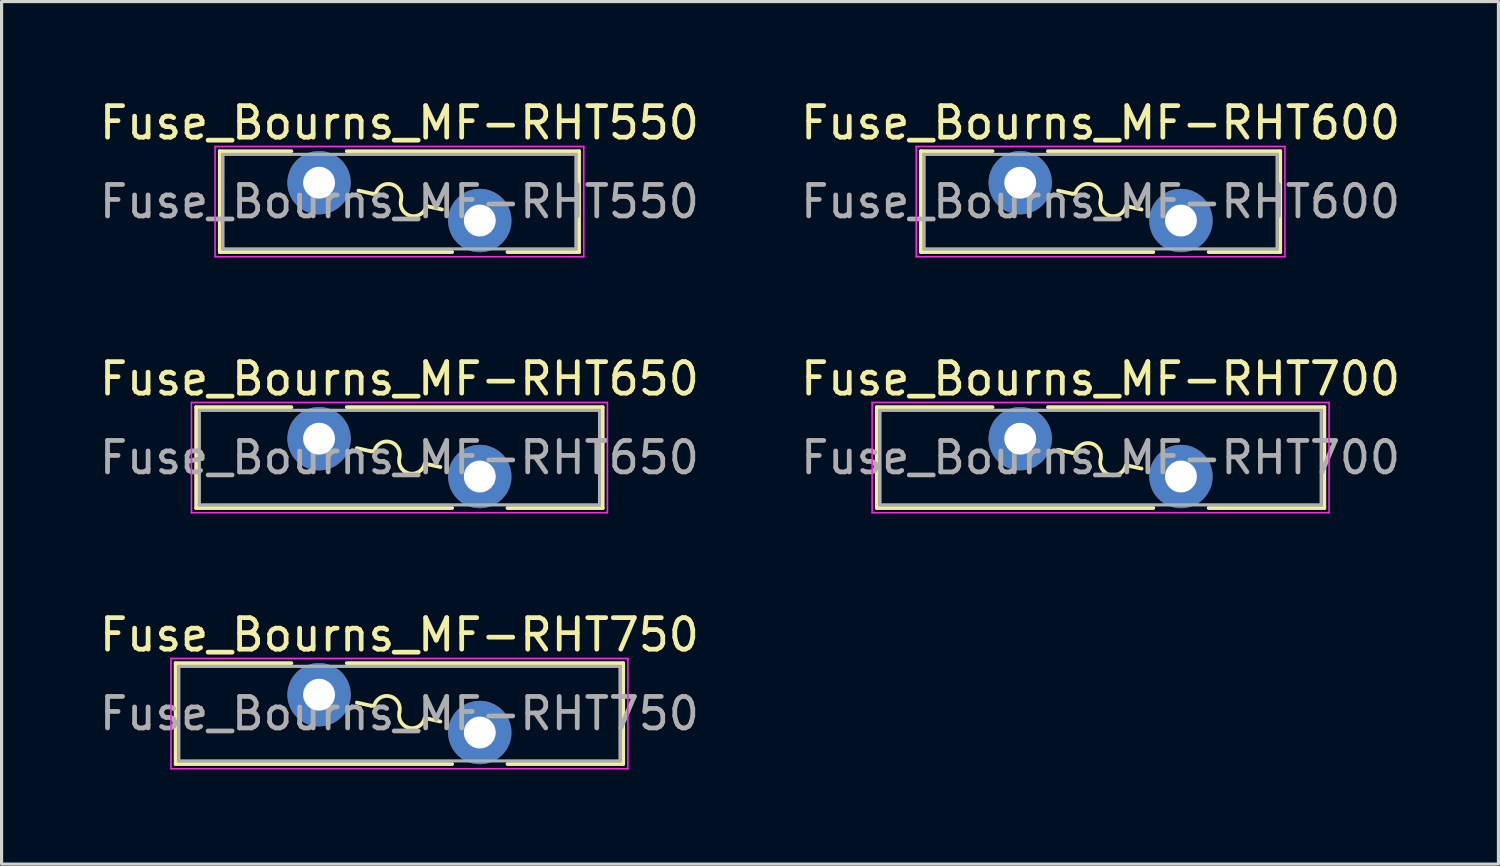
<source format=kicad_pcb>
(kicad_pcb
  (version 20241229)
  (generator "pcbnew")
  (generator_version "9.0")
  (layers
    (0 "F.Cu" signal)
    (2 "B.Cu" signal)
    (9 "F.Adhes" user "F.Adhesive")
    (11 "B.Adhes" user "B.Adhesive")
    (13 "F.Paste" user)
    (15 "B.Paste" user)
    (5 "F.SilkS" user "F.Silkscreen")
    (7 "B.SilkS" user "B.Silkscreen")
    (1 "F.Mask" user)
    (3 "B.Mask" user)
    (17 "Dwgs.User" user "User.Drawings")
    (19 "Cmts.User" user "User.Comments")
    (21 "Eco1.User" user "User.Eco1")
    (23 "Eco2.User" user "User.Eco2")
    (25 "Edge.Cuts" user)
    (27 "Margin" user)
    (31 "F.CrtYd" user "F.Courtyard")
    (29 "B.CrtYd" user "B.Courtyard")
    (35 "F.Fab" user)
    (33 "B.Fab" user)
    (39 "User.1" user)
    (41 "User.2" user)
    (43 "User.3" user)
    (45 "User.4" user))
  (footprint "Fuse_Bourns_MF-RHT750"
    (layer "F.Cu")
    (at 7.075 18.995)
    (property "Reference" "Fuse_Bourns_MF-RHT750" (at 2.55 -1.9 0) (layer "F.SilkS") (effects (font (size 1 1) (thickness 0.15))))
    (fp_line (start -4.55 -1) (end -4.55 2.2) (stroke (width 0.12) (type solid)) (layer "F.SilkS"))
    (fp_line (start -4.55 -1) (end -0.879 -1) (stroke (width 0.12) (type solid)) (layer "F.SilkS"))
    (fp_line (start -4.55 2.2) (end 4.222 2.2) (stroke (width 0.12) (type solid)) (layer "F.SilkS"))
    (fp_line (start 0.879 -1) (end 9.65 -1) (stroke (width 0.12) (type solid)) (layer "F.SilkS"))
    (fp_line (start 1.2 0.25) (end 1.65 0.35) (stroke (width 0.12) (type solid)) (layer "F.SilkS"))
    (fp_line (start 1.75 0.35) (end 1.65 0.35) (stroke (width 0.12) (type solid)) (layer "F.SilkS"))
    (fp_line (start 3.35 0.75) (end 3.4 0.75) (stroke (width 0.12) (type solid)) (layer "F.SilkS"))
    (fp_line (start 3.4 0.75) (end 3.85 0.85) (stroke (width 0.12) (type solid)) (layer "F.SilkS"))
    (fp_line (start 5.979 2.2) (end 9.65 2.2) (stroke (width 0.12) (type solid)) (layer "F.SilkS"))
    (fp_line (start 9.65 -1) (end 9.65 2.2) (stroke (width 0.12) (type solid)) (layer "F.SilkS"))
    (fp_arc (start 1.750001 0.350001) (mid 2.249999 0.050001) (end 2.549999 0.549999) (stroke (width 0.12) (type solid)) (layer "F.SilkS"))
    (fp_arc (start 3.349999 0.749999) (mid 2.850001 1.049999) (end 2.550001 0.550001) (stroke (width 0.12) (type solid)) (layer "F.SilkS"))
    (fp_line (start -4.7 -1.15) (end -4.7 2.35) (stroke (width 0.05) (type solid)) (layer "F.CrtYd"))
    (fp_line (start -4.7 2.35) (end 9.8 2.35) (stroke (width 0.05) (type solid)) (layer "F.CrtYd"))
    (fp_line (start 9.8 -1.15) (end -4.7 -1.15) (stroke (width 0.05) (type solid)) (layer "F.CrtYd"))
    (fp_line (start 9.8 2.35) (end 9.8 -1.15) (stroke (width 0.05) (type solid)) (layer "F.CrtYd"))
    (fp_line (start -4.45 -0.9) (end -4.45 2.1) (stroke (width 0.1) (type solid)) (layer "F.Fab"))
    (fp_line (start -4.45 2.1) (end 9.55 2.1) (stroke (width 0.1) (type solid)) (layer "F.Fab"))
    (fp_line (start 9.55 -0.9) (end -4.45 -0.9) (stroke (width 0.1) (type solid)) (layer "F.Fab"))
    (fp_line (start 9.55 2.1) (end 9.55 -0.9) (stroke (width 0.1) (type solid)) (layer "F.Fab"))
    (fp_text user "${REFERENCE}" (at 2.55 0.6 0) (layer "F.Fab") (effects (font (size 1 1) (thickness 0.15))))
    (pad "1" thru_hole circle (at 0 0) (size 2.01 2.01) (drill 1.01) (layers "*.Cu" "*.Mask"))
    (pad "2" thru_hole circle (at 5.1 1.2) (size 2.01 2.01) (drill 1.01) (layers "*.Cu" "*.Mask")))
  (footprint "Fuse_Bourns_MF-RHT550"
    (layer "F.Cu")
    (at 7.075 2.748)
    (property "Reference" "Fuse_Bourns_MF-RHT550" (at 2.55 -1.9 0) (layer "F.SilkS") (effects (font (size 1 1) (thickness 0.15))))
    (fp_line (start -3.15 -1) (end -3.15 2.2) (stroke (width 0.12) (type solid)) (layer "F.SilkS"))
    (fp_line (start -3.15 -1) (end -0.879 -1) (stroke (width 0.12) (type solid)) (layer "F.SilkS"))
    (fp_line (start -3.15 2.2) (end 4.222 2.2) (stroke (width 0.12) (type solid)) (layer "F.SilkS"))
    (fp_line (start 0.879 -1) (end 8.25 -1) (stroke (width 0.12) (type solid)) (layer "F.SilkS"))
    (fp_line (start 1.25 0.25) (end 1.7 0.35) (stroke (width 0.12) (type solid)) (layer "F.SilkS"))
    (fp_line (start 1.8 0.35) (end 1.7 0.35) (stroke (width 0.12) (type solid)) (layer "F.SilkS"))
    (fp_line (start 3.4 0.75) (end 3.45 0.75) (stroke (width 0.12) (type solid)) (layer "F.SilkS"))
    (fp_line (start 3.45 0.75) (end 3.9 0.85) (stroke (width 0.12) (type solid)) (layer "F.SilkS"))
    (fp_line (start 5.979 2.2) (end 8.25 2.2) (stroke (width 0.12) (type solid)) (layer "F.SilkS"))
    (fp_line (start 8.25 -1) (end 8.25 2.2) (stroke (width 0.12) (type solid)) (layer "F.SilkS"))
    (fp_arc (start 1.800001 0.350001) (mid 2.299999 0.050001) (end 2.599999 0.549999) (stroke (width 0.12) (type solid)) (layer "F.SilkS"))
    (fp_arc (start 3.399999 0.749999) (mid 2.900001 1.049999) (end 2.600001 0.550001) (stroke (width 0.12) (type solid)) (layer "F.SilkS"))
    (fp_line (start -3.3 -1.15) (end -3.3 2.35) (stroke (width 0.05) (type solid)) (layer "F.CrtYd"))
    (fp_line (start -3.3 2.35) (end 8.4 2.35) (stroke (width 0.05) (type solid)) (layer "F.CrtYd"))
    (fp_line (start 8.4 -1.15) (end -3.3 -1.15) (stroke (width 0.05) (type solid)) (layer "F.CrtYd"))
    (fp_line (start 8.4 2.35) (end 8.4 -1.15) (stroke (width 0.05) (type solid)) (layer "F.CrtYd"))
    (fp_line (start -3.05 -0.9) (end -3.05 2.1) (stroke (width 0.1) (type solid)) (layer "F.Fab"))
    (fp_line (start -3.05 2.1) (end 8.15 2.1) (stroke (width 0.1) (type solid)) (layer "F.Fab"))
    (fp_line (start 8.15 -0.9) (end -3.05 -0.9) (stroke (width 0.1) (type solid)) (layer "F.Fab"))
    (fp_line (start 8.15 2.1) (end 8.15 -0.9) (stroke (width 0.1) (type solid)) (layer "F.Fab"))
    (fp_text user "${REFERENCE}" (at 2.55 0.6 0) (layer "F.Fab") (effects (font (size 1 1) (thickness 0.15))))
    (pad "1" thru_hole circle (at 0 0) (size 2.01 2.01) (drill 1.01) (layers "*.Cu" "*.Mask"))
    (pad "2" thru_hole circle (at 5.1 1.2) (size 2.01 2.01) (drill 1.01) (layers "*.Cu" "*.Mask")))
  (footprint "Fuse_Bourns_MF-RHT650"
    (layer "F.Cu")
    (at 7.075 10.871)
    (property "Reference" "Fuse_Bourns_MF-RHT650" (at 2.55 -1.9 0) (layer "F.SilkS") (effects (font (size 1 1) (thickness 0.15))))
    (fp_line (start -3.9 -1) (end -3.9 2.2) (stroke (width 0.12) (type solid)) (layer "F.SilkS"))
    (fp_line (start -3.9 -1) (end -0.879 -1) (stroke (width 0.12) (type solid)) (layer "F.SilkS"))
    (fp_line (start -3.9 2.2) (end 4.222 2.2) (stroke (width 0.12) (type solid)) (layer "F.SilkS"))
    (fp_line (start 0.879 -1) (end 9 -1) (stroke (width 0.12) (type solid)) (layer "F.SilkS"))
    (fp_line (start 1.2 0.3) (end 1.65 0.4) (stroke (width 0.12) (type solid)) (layer "F.SilkS"))
    (fp_line (start 1.75 0.4) (end 1.65 0.4) (stroke (width 0.12) (type solid)) (layer "F.SilkS"))
    (fp_line (start 3.35 0.8) (end 3.4 0.8) (stroke (width 0.12) (type solid)) (layer "F.SilkS"))
    (fp_line (start 3.4 0.8) (end 3.85 0.9) (stroke (width 0.12) (type solid)) (layer "F.SilkS"))
    (fp_line (start 5.979 2.2) (end 9 2.2) (stroke (width 0.12) (type solid)) (layer "F.SilkS"))
    (fp_line (start 9 -1) (end 9 2.2) (stroke (width 0.12) (type solid)) (layer "F.SilkS"))
    (fp_arc (start 1.750001 0.400001) (mid 2.249999 0.100001) (end 2.549999 0.599999) (stroke (width 0.12) (type solid)) (layer "F.SilkS"))
    (fp_arc (start 3.349999 0.799999) (mid 2.850001 1.099999) (end 2.550001 0.600001) (stroke (width 0.12) (type solid)) (layer "F.SilkS"))
    (fp_line (start -4.05 -1.15) (end -4.05 2.35) (stroke (width 0.05) (type solid)) (layer "F.CrtYd"))
    (fp_line (start -4.05 2.35) (end 9.15 2.35) (stroke (width 0.05) (type solid)) (layer "F.CrtYd"))
    (fp_line (start 9.15 -1.15) (end -4.05 -1.15) (stroke (width 0.05) (type solid)) (layer "F.CrtYd"))
    (fp_line (start 9.15 2.35) (end 9.15 -1.15) (stroke (width 0.05) (type solid)) (layer "F.CrtYd"))
    (fp_line (start -3.8 -0.9) (end -3.8 2.1) (stroke (width 0.1) (type solid)) (layer "F.Fab"))
    (fp_line (start -3.8 2.1) (end 8.9 2.1) (stroke (width 0.1) (type solid)) (layer "F.Fab"))
    (fp_line (start 8.9 -0.9) (end -3.8 -0.9) (stroke (width 0.1) (type solid)) (layer "F.Fab"))
    (fp_line (start 8.9 2.1) (end 8.9 -0.9) (stroke (width 0.1) (type solid)) (layer "F.Fab"))
    (fp_text user "${REFERENCE}" (at 2.55 0.6 0) (layer "F.Fab") (effects (font (size 1 1) (thickness 0.15))))
    (pad "1" thru_hole circle (at 0 0) (size 2.01 2.01) (drill 1.01) (layers "*.Cu" "*.Mask"))
    (pad "2" thru_hole circle (at 5.1 1.2) (size 2.01 2.01) (drill 1.01) (layers "*.Cu" "*.Mask")))
  (footprint "Fuse_Bourns_MF-RHT600"
    (layer "F.Cu")
    (at 29.325 2.748)
    (property "Reference" "Fuse_Bourns_MF-RHT600" (at 2.55 -1.9 0) (layer "F.SilkS") (effects (font (size 1 1) (thickness 0.15))))
    (fp_line (start -3.15 -1) (end -3.15 2.2) (stroke (width 0.12) (type solid)) (layer "F.SilkS"))
    (fp_line (start -3.15 -1) (end -0.879 -1) (stroke (width 0.12) (type solid)) (layer "F.SilkS"))
    (fp_line (start -3.15 2.2) (end 4.222 2.2) (stroke (width 0.12) (type solid)) (layer "F.SilkS"))
    (fp_line (start 0.879 -1) (end 8.25 -1) (stroke (width 0.12) (type solid)) (layer "F.SilkS"))
    (fp_line (start 1.2 0.25) (end 1.65 0.35) (stroke (width 0.12) (type solid)) (layer "F.SilkS"))
    (fp_line (start 1.75 0.35) (end 1.65 0.35) (stroke (width 0.12) (type solid)) (layer "F.SilkS"))
    (fp_line (start 3.35 0.75) (end 3.4 0.75) (stroke (width 0.12) (type solid)) (layer "F.SilkS"))
    (fp_line (start 3.4 0.75) (end 3.85 0.85) (stroke (width 0.12) (type solid)) (layer "F.SilkS"))
    (fp_line (start 5.979 2.2) (end 8.25 2.2) (stroke (width 0.12) (type solid)) (layer "F.SilkS"))
    (fp_line (start 8.25 -1) (end 8.25 2.2) (stroke (width 0.12) (type solid)) (layer "F.SilkS"))
    (fp_arc (start 1.750001 0.350001) (mid 2.249999 0.050001) (end 2.549999 0.549999) (stroke (width 0.12) (type solid)) (layer "F.SilkS"))
    (fp_arc (start 3.349999 0.749999) (mid 2.850001 1.049999) (end 2.550001 0.550001) (stroke (width 0.12) (type solid)) (layer "F.SilkS"))
    (fp_line (start -3.3 -1.15) (end -3.3 2.35) (stroke (width 0.05) (type solid)) (layer "F.CrtYd"))
    (fp_line (start -3.3 2.35) (end 8.4 2.35) (stroke (width 0.05) (type solid)) (layer "F.CrtYd"))
    (fp_line (start 8.4 -1.15) (end -3.3 -1.15) (stroke (width 0.05) (type solid)) (layer "F.CrtYd"))
    (fp_line (start 8.4 2.35) (end 8.4 -1.15) (stroke (width 0.05) (type solid)) (layer "F.CrtYd"))
    (fp_line (start -3.05 -0.9) (end -3.05 2.1) (stroke (width 0.1) (type solid)) (layer "F.Fab"))
    (fp_line (start -3.05 2.1) (end 8.15 2.1) (stroke (width 0.1) (type solid)) (layer "F.Fab"))
    (fp_line (start 8.15 -0.9) (end -3.05 -0.9) (stroke (width 0.1) (type solid)) (layer "F.Fab"))
    (fp_line (start 8.15 2.1) (end 8.15 -0.9) (stroke (width 0.1) (type solid)) (layer "F.Fab"))
    (fp_text user "${REFERENCE}" (at 2.55 0.6 0) (layer "F.Fab") (effects (font (size 1 1) (thickness 0.15))))
    (pad "1" thru_hole circle (at 0 0) (size 2.01 2.01) (drill 1.01) (layers "*.Cu" "*.Mask"))
    (pad "2" thru_hole circle (at 5.1 1.2) (size 2.01 2.01) (drill 1.01) (layers "*.Cu" "*.Mask")))
  (footprint "Fuse_Bourns_MF-RHT700"
    (layer "F.Cu")
    (at 29.325 10.871)
    (property "Reference" "Fuse_Bourns_MF-RHT700" (at 2.55 -1.9 0) (layer "F.SilkS") (effects (font (size 1 1) (thickness 0.15))))
    (fp_line (start -4.55 -1) (end -4.55 2.2) (stroke (width 0.12) (type solid)) (layer "F.SilkS"))
    (fp_line (start -4.55 -1) (end -0.879 -1) (stroke (width 0.12) (type solid)) (layer "F.SilkS"))
    (fp_line (start -4.55 2.2) (end 4.222 2.2) (stroke (width 0.12) (type solid)) (layer "F.SilkS"))
    (fp_line (start 0.879 -1) (end 9.65 -1) (stroke (width 0.12) (type solid)) (layer "F.SilkS"))
    (fp_line (start 1.2 0.35) (end 1.65 0.45) (stroke (width 0.12) (type solid)) (layer "F.SilkS"))
    (fp_line (start 1.75 0.45) (end 1.65 0.45) (stroke (width 0.12) (type solid)) (layer "F.SilkS"))
    (fp_line (start 3.35 0.85) (end 3.4 0.85) (stroke (width 0.12) (type solid)) (layer "F.SilkS"))
    (fp_line (start 3.4 0.85) (end 3.85 0.95) (stroke (width 0.12) (type solid)) (layer "F.SilkS"))
    (fp_line (start 5.979 2.2) (end 9.65 2.2) (stroke (width 0.12) (type solid)) (layer "F.SilkS"))
    (fp_line (start 9.65 -1) (end 9.65 2.2) (stroke (width 0.12) (type solid)) (layer "F.SilkS"))
    (fp_arc (start 1.750001 0.450001) (mid 2.249999 0.150001) (end 2.549999 0.649999) (stroke (width 0.12) (type solid)) (layer "F.SilkS"))
    (fp_arc (start 3.349999 0.849999) (mid 2.850001 1.149999) (end 2.550001 0.650001) (stroke (width 0.12) (type solid)) (layer "F.SilkS"))
    (fp_line (start -4.7 -1.15) (end -4.7 2.35) (stroke (width 0.05) (type solid)) (layer "F.CrtYd"))
    (fp_line (start -4.7 2.35) (end 9.8 2.35) (stroke (width 0.05) (type solid)) (layer "F.CrtYd"))
    (fp_line (start 9.8 -1.15) (end -4.7 -1.15) (stroke (width 0.05) (type solid)) (layer "F.CrtYd"))
    (fp_line (start 9.8 2.35) (end 9.8 -1.15) (stroke (width 0.05) (type solid)) (layer "F.CrtYd"))
    (fp_line (start -4.45 -0.9) (end -4.45 2.1) (stroke (width 0.1) (type solid)) (layer "F.Fab"))
    (fp_line (start -4.45 2.1) (end 9.55 2.1) (stroke (width 0.1) (type solid)) (layer "F.Fab"))
    (fp_line (start 9.55 -0.9) (end -4.45 -0.9) (stroke (width 0.1) (type solid)) (layer "F.Fab"))
    (fp_line (start 9.55 2.1) (end 9.55 -0.9) (stroke (width 0.1) (type solid)) (layer "F.Fab"))
    (fp_text user "${REFERENCE}" (at 2.55 0.6 0) (layer "F.Fab") (effects (font (size 1 1) (thickness 0.15))))
    (pad "1" thru_hole circle (at 0 0) (size 2.01 2.01) (drill 1.01) (layers "*.Cu" "*.Mask"))
    (pad "2" thru_hole circle (at 5.1 1.2) (size 2.01 2.01) (drill 1.01) (layers "*.Cu" "*.Mask")))
  (gr_rect
    (start -3 -3)
    (end 44.5 24.37)
    (stroke (width 0.1) (type default))
    (fill no)
    (layer "Edge.Cuts")))
</source>
